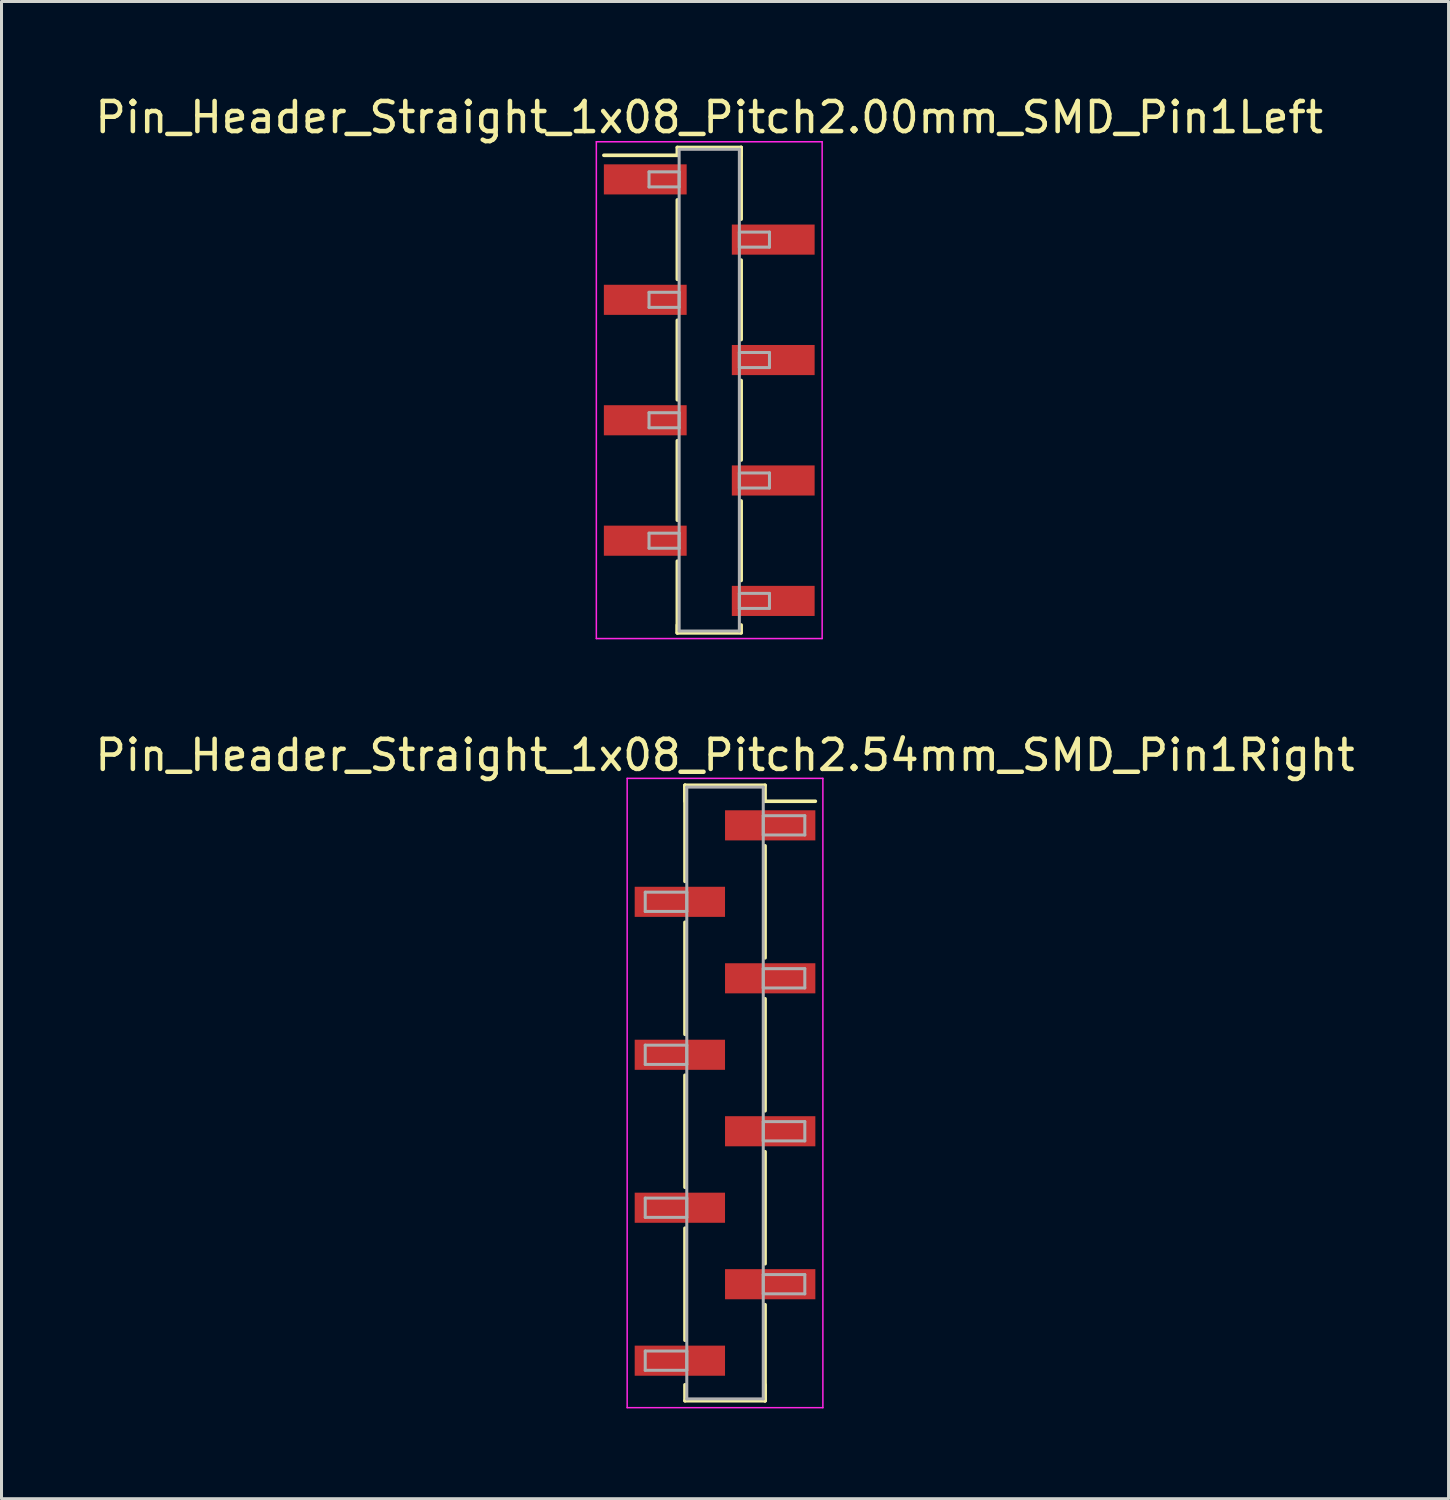
<source format=kicad_pcb>
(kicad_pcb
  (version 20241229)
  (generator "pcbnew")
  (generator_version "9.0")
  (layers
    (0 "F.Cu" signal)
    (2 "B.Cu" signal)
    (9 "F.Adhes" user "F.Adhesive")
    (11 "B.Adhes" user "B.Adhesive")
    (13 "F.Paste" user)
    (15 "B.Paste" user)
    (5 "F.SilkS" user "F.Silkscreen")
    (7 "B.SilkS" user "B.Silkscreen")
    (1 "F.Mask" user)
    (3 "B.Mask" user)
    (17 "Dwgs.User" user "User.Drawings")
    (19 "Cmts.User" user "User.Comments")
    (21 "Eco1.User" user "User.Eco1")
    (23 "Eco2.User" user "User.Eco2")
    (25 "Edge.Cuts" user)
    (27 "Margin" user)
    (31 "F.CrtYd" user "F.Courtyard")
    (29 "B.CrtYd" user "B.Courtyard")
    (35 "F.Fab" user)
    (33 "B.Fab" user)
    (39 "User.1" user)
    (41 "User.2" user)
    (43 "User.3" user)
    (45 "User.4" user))
  (footprint "Pin_Header_Straight_1x08_Pitch2.00mm_SMD_Pin1Left"
    (layer "F.Cu")
    (at 20.506 9.908)
    (property "Reference" "Pin_Header_Straight_1x08_Pitch2.00mm_SMD_Pin1Left" (at 0 -9.06 0) (layer "F.SilkS") (effects (font (size 1 1) (thickness 0.15))))
    (attr smd)
    (fp_line (start -1.06 -8.06) (end 1.06 -8.06) (stroke (width 0.12) (type solid)) (layer "F.SilkS"))
    (fp_line (start -1.06 -7.8) (end -3.5 -7.8) (stroke (width 0.12) (type solid)) (layer "F.SilkS"))
    (fp_line (start -1.06 -7.8) (end -1.06 -8.06) (stroke (width 0.12) (type solid)) (layer "F.SilkS"))
    (fp_line (start -1.06 -6.32) (end -1.06 -3.68) (stroke (width 0.12) (type solid)) (layer "F.SilkS"))
    (fp_line (start -1.06 -2.32) (end -1.06 0.32) (stroke (width 0.12) (type solid)) (layer "F.SilkS"))
    (fp_line (start -1.06 1.68) (end -1.06 4.32) (stroke (width 0.12) (type solid)) (layer "F.SilkS"))
    (fp_line (start -1.06 5.68) (end -1.06 8.06) (stroke (width 0.12) (type solid)) (layer "F.SilkS"))
    (fp_line (start -1.06 7.8) (end -1.06 8.06) (stroke (width 0.12) (type solid)) (layer "F.SilkS"))
    (fp_line (start -1.06 8.06) (end 1.06 8.06) (stroke (width 0.12) (type solid)) (layer "F.SilkS"))
    (fp_line (start 1.06 -8.06) (end 1.06 -7.8) (stroke (width 0.12) (type solid)) (layer "F.SilkS"))
    (fp_line (start 1.06 -8.06) (end 1.06 -5.68) (stroke (width 0.12) (type solid)) (layer "F.SilkS"))
    (fp_line (start 1.06 -4.32) (end 1.06 -1.68) (stroke (width 0.12) (type solid)) (layer "F.SilkS"))
    (fp_line (start 1.06 -0.32) (end 1.06 2.32) (stroke (width 0.12) (type solid)) (layer "F.SilkS"))
    (fp_line (start 1.06 3.68) (end 1.06 6.32) (stroke (width 0.12) (type solid)) (layer "F.SilkS"))
    (fp_line (start 1.06 8.06) (end 1.06 7.8) (stroke (width 0.12) (type solid)) (layer "F.SilkS"))
    (fp_line (start -3.75 -8.25) (end -3.75 8.25) (stroke (width 0.05) (type solid)) (layer "F.CrtYd"))
    (fp_line (start -3.75 8.25) (end 3.75 8.25) (stroke (width 0.05) (type solid)) (layer "F.CrtYd"))
    (fp_line (start 3.75 -8.25) (end -3.75 -8.25) (stroke (width 0.05) (type solid)) (layer "F.CrtYd"))
    (fp_line (start 3.75 8.25) (end 3.75 -8.25) (stroke (width 0.05) (type solid)) (layer "F.CrtYd"))
    (fp_line (start -2 -7.25) (end -1 -7.25) (stroke (width 0.1) (type solid)) (layer "F.Fab"))
    (fp_line (start -2 -6.75) (end -2 -7.25) (stroke (width 0.1) (type solid)) (layer "F.Fab"))
    (fp_line (start -2 -3.25) (end -1 -3.25) (stroke (width 0.1) (type solid)) (layer "F.Fab"))
    (fp_line (start -2 -2.75) (end -2 -3.25) (stroke (width 0.1) (type solid)) (layer "F.Fab"))
    (fp_line (start -2 0.75) (end -1 0.75) (stroke (width 0.1) (type solid)) (layer "F.Fab"))
    (fp_line (start -2 1.25) (end -2 0.75) (stroke (width 0.1) (type solid)) (layer "F.Fab"))
    (fp_line (start -2 4.75) (end -1 4.75) (stroke (width 0.1) (type solid)) (layer "F.Fab"))
    (fp_line (start -2 5.25) (end -2 4.75) (stroke (width 0.1) (type solid)) (layer "F.Fab"))
    (fp_line (start -1 -8) (end -1 8) (stroke (width 0.1) (type solid)) (layer "F.Fab"))
    (fp_line (start -1 -7.25) (end -1 -6.75) (stroke (width 0.1) (type solid)) (layer "F.Fab"))
    (fp_line (start -1 -6.75) (end -2 -6.75) (stroke (width 0.1) (type solid)) (layer "F.Fab"))
    (fp_line (start -1 -3.25) (end -1 -2.75) (stroke (width 0.1) (type solid)) (layer "F.Fab"))
    (fp_line (start -1 -2.75) (end -2 -2.75) (stroke (width 0.1) (type solid)) (layer "F.Fab"))
    (fp_line (start -1 0.75) (end -1 1.25) (stroke (width 0.1) (type solid)) (layer "F.Fab"))
    (fp_line (start -1 1.25) (end -2 1.25) (stroke (width 0.1) (type solid)) (layer "F.Fab"))
    (fp_line (start -1 4.75) (end -1 5.25) (stroke (width 0.1) (type solid)) (layer "F.Fab"))
    (fp_line (start -1 5.25) (end -2 5.25) (stroke (width 0.1) (type solid)) (layer "F.Fab"))
    (fp_line (start -1 8) (end 1 8) (stroke (width 0.1) (type solid)) (layer "F.Fab"))
    (fp_line (start 1 -8) (end -1 -8) (stroke (width 0.1) (type solid)) (layer "F.Fab"))
    (fp_line (start 1 -5.25) (end 1 -4.75) (stroke (width 0.1) (type solid)) (layer "F.Fab"))
    (fp_line (start 1 -4.75) (end 2 -4.75) (stroke (width 0.1) (type solid)) (layer "F.Fab"))
    (fp_line (start 1 -1.25) (end 1 -0.75) (stroke (width 0.1) (type solid)) (layer "F.Fab"))
    (fp_line (start 1 -0.75) (end 2 -0.75) (stroke (width 0.1) (type solid)) (layer "F.Fab"))
    (fp_line (start 1 2.75) (end 1 3.25) (stroke (width 0.1) (type solid)) (layer "F.Fab"))
    (fp_line (start 1 3.25) (end 2 3.25) (stroke (width 0.1) (type solid)) (layer "F.Fab"))
    (fp_line (start 1 6.75) (end 1 7.25) (stroke (width 0.1) (type solid)) (layer "F.Fab"))
    (fp_line (start 1 7.25) (end 2 7.25) (stroke (width 0.1) (type solid)) (layer "F.Fab"))
    (fp_line (start 1 8) (end 1 -8) (stroke (width 0.1) (type solid)) (layer "F.Fab"))
    (fp_line (start 2 -5.25) (end 1 -5.25) (stroke (width 0.1) (type solid)) (layer "F.Fab"))
    (fp_line (start 2 -4.75) (end 2 -5.25) (stroke (width 0.1) (type solid)) (layer "F.Fab"))
    (fp_line (start 2 -1.25) (end 1 -1.25) (stroke (width 0.1) (type solid)) (layer "F.Fab"))
    (fp_line (start 2 -0.75) (end 2 -1.25) (stroke (width 0.1) (type solid)) (layer "F.Fab"))
    (fp_line (start 2 2.75) (end 1 2.75) (stroke (width 0.1) (type solid)) (layer "F.Fab"))
    (fp_line (start 2 3.25) (end 2 2.75) (stroke (width 0.1) (type solid)) (layer "F.Fab"))
    (fp_line (start 2 6.75) (end 1 6.75) (stroke (width 0.1) (type solid)) (layer "F.Fab"))
    (fp_line (start 2 7.25) (end 2 6.75) (stroke (width 0.1) (type solid)) (layer "F.Fab"))
    (pad "1" smd rect (at -2.125 -7) (size 2.75 1) (layers "F.Cu" "F.Mask"))
    (pad "2" smd rect (at 2.125 -5) (size 2.75 1) (layers "F.Cu" "F.Mask"))
    (pad "3" smd rect (at -2.125 -3) (size 2.75 1) (layers "F.Cu" "F.Mask"))
    (pad "4" smd rect (at 2.125 -1) (size 2.75 1) (layers "F.Cu" "F.Mask"))
    (pad "5" smd rect (at -2.125 1) (size 2.75 1) (layers "F.Cu" "F.Mask"))
    (pad "6" smd rect (at 2.125 3) (size 2.75 1) (layers "F.Cu" "F.Mask"))
    (pad "7" smd rect (at -2.125 5) (size 2.75 1) (layers "F.Cu" "F.Mask"))
    (pad "8" smd rect (at 2.125 7) (size 2.75 1) (layers "F.Cu" "F.Mask")))
  (footprint "Pin_Header_Straight_1x08_Pitch2.54mm_SMD_Pin1Right"
    (layer "F.Cu")
    (at 21.03 33.252)
    (property "Reference" "Pin_Header_Straight_1x08_Pitch2.54mm_SMD_Pin1Right" (at 0 -11.22 0) (layer "F.SilkS") (effects (font (size 1 1) (thickness 0.15))))
    (attr smd)
    (fp_line (start -1.33 -10.22) (end -1.33 -7.03) (stroke (width 0.12) (type solid)) (layer "F.SilkS"))
    (fp_line (start -1.33 -10.22) (end 1.33 -10.22) (stroke (width 0.12) (type solid)) (layer "F.SilkS"))
    (fp_line (start -1.33 -9.69) (end -1.33 -10.22) (stroke (width 0.12) (type solid)) (layer "F.SilkS"))
    (fp_line (start -1.33 -5.67) (end -1.33 -1.95) (stroke (width 0.12) (type solid)) (layer "F.SilkS"))
    (fp_line (start -1.33 -0.59) (end -1.33 3.13) (stroke (width 0.12) (type solid)) (layer "F.SilkS"))
    (fp_line (start -1.33 4.49) (end -1.33 8.21) (stroke (width 0.12) (type solid)) (layer "F.SilkS"))
    (fp_line (start -1.33 9.69) (end -1.33 10.22) (stroke (width 0.12) (type solid)) (layer "F.SilkS"))
    (fp_line (start -1.33 10.22) (end 1.33 10.22) (stroke (width 0.12) (type solid)) (layer "F.SilkS"))
    (fp_line (start 1.33 -10.22) (end 1.33 -9.69) (stroke (width 0.12) (type solid)) (layer "F.SilkS"))
    (fp_line (start 1.33 -9.69) (end 3 -9.69) (stroke (width 0.12) (type solid)) (layer "F.SilkS"))
    (fp_line (start 1.33 -8.21) (end 1.33 -4.49) (stroke (width 0.12) (type solid)) (layer "F.SilkS"))
    (fp_line (start 1.33 -3.13) (end 1.33 0.59) (stroke (width 0.12) (type solid)) (layer "F.SilkS"))
    (fp_line (start 1.33 1.95) (end 1.33 5.67) (stroke (width 0.12) (type solid)) (layer "F.SilkS"))
    (fp_line (start 1.33 7.03) (end 1.33 10.22) (stroke (width 0.12) (type solid)) (layer "F.SilkS"))
    (fp_line (start 1.33 10.22) (end 1.33 9.69) (stroke (width 0.12) (type solid)) (layer "F.SilkS"))
    (fp_line (start -3.25 -10.45) (end -3.25 10.45) (stroke (width 0.05) (type solid)) (layer "F.CrtYd"))
    (fp_line (start -3.25 10.45) (end 3.25 10.45) (stroke (width 0.05) (type solid)) (layer "F.CrtYd"))
    (fp_line (start 3.25 -10.45) (end -3.25 -10.45) (stroke (width 0.05) (type solid)) (layer "F.CrtYd"))
    (fp_line (start 3.25 10.45) (end 3.25 -10.45) (stroke (width 0.05) (type solid)) (layer "F.CrtYd"))
    (fp_line (start -2.65 -6.67) (end -1.27 -6.67) (stroke (width 0.1) (type solid)) (layer "F.Fab"))
    (fp_line (start -2.65 -6.03) (end -2.65 -6.67) (stroke (width 0.1) (type solid)) (layer "F.Fab"))
    (fp_line (start -2.65 -1.59) (end -1.27 -1.59) (stroke (width 0.1) (type solid)) (layer "F.Fab"))
    (fp_line (start -2.65 -0.95) (end -2.65 -1.59) (stroke (width 0.1) (type solid)) (layer "F.Fab"))
    (fp_line (start -2.65 3.49) (end -1.27 3.49) (stroke (width 0.1) (type solid)) (layer "F.Fab"))
    (fp_line (start -2.65 4.13) (end -2.65 3.49) (stroke (width 0.1) (type solid)) (layer "F.Fab"))
    (fp_line (start -2.65 8.57) (end -1.27 8.57) (stroke (width 0.1) (type solid)) (layer "F.Fab"))
    (fp_line (start -2.65 9.21) (end -2.65 8.57) (stroke (width 0.1) (type solid)) (layer "F.Fab"))
    (fp_line (start -1.27 -10.16) (end -1.27 10.16) (stroke (width 0.1) (type solid)) (layer "F.Fab"))
    (fp_line (start -1.27 -6.67) (end -1.27 -6.03) (stroke (width 0.1) (type solid)) (layer "F.Fab"))
    (fp_line (start -1.27 -6.03) (end -2.65 -6.03) (stroke (width 0.1) (type solid)) (layer "F.Fab"))
    (fp_line (start -1.27 -1.59) (end -1.27 -0.95) (stroke (width 0.1) (type solid)) (layer "F.Fab"))
    (fp_line (start -1.27 -0.95) (end -2.65 -0.95) (stroke (width 0.1) (type solid)) (layer "F.Fab"))
    (fp_line (start -1.27 3.49) (end -1.27 4.13) (stroke (width 0.1) (type solid)) (layer "F.Fab"))
    (fp_line (start -1.27 4.13) (end -2.65 4.13) (stroke (width 0.1) (type solid)) (layer "F.Fab"))
    (fp_line (start -1.27 8.57) (end -1.27 9.21) (stroke (width 0.1) (type solid)) (layer "F.Fab"))
    (fp_line (start -1.27 9.21) (end -2.65 9.21) (stroke (width 0.1) (type solid)) (layer "F.Fab"))
    (fp_line (start -1.27 10.16) (end 1.27 10.16) (stroke (width 0.1) (type solid)) (layer "F.Fab"))
    (fp_line (start 1.27 -10.16) (end -1.27 -10.16) (stroke (width 0.1) (type solid)) (layer "F.Fab"))
    (fp_line (start 1.27 -9.21) (end 1.27 -8.57) (stroke (width 0.1) (type solid)) (layer "F.Fab"))
    (fp_line (start 1.27 -8.57) (end 2.65 -8.57) (stroke (width 0.1) (type solid)) (layer "F.Fab"))
    (fp_line (start 1.27 -4.13) (end 1.27 -3.49) (stroke (width 0.1) (type solid)) (layer "F.Fab"))
    (fp_line (start 1.27 -3.49) (end 2.65 -3.49) (stroke (width 0.1) (type solid)) (layer "F.Fab"))
    (fp_line (start 1.27 0.95) (end 1.27 1.59) (stroke (width 0.1) (type solid)) (layer "F.Fab"))
    (fp_line (start 1.27 1.59) (end 2.65 1.59) (stroke (width 0.1) (type solid)) (layer "F.Fab"))
    (fp_line (start 1.27 6.03) (end 1.27 6.67) (stroke (width 0.1) (type solid)) (layer "F.Fab"))
    (fp_line (start 1.27 6.67) (end 2.65 6.67) (stroke (width 0.1) (type solid)) (layer "F.Fab"))
    (fp_line (start 1.27 10.16) (end 1.27 -10.16) (stroke (width 0.1) (type solid)) (layer "F.Fab"))
    (fp_line (start 2.65 -9.21) (end 1.27 -9.21) (stroke (width 0.1) (type solid)) (layer "F.Fab"))
    (fp_line (start 2.65 -8.57) (end 2.65 -9.21) (stroke (width 0.1) (type solid)) (layer "F.Fab"))
    (fp_line (start 2.65 -4.13) (end 1.27 -4.13) (stroke (width 0.1) (type solid)) (layer "F.Fab"))
    (fp_line (start 2.65 -3.49) (end 2.65 -4.13) (stroke (width 0.1) (type solid)) (layer "F.Fab"))
    (fp_line (start 2.65 0.95) (end 1.27 0.95) (stroke (width 0.1) (type solid)) (layer "F.Fab"))
    (fp_line (start 2.65 1.59) (end 2.65 0.95) (stroke (width 0.1) (type solid)) (layer "F.Fab"))
    (fp_line (start 2.65 6.03) (end 1.27 6.03) (stroke (width 0.1) (type solid)) (layer "F.Fab"))
    (fp_line (start 2.65 6.67) (end 2.65 6.03) (stroke (width 0.1) (type solid)) (layer "F.Fab"))
    (pad "1" smd rect (at 1.5 -8.89) (size 3 1) (layers "F.Cu" "F.Mask"))
    (pad "2" smd rect (at -1.5 -6.35) (size 3 1) (layers "F.Cu" "F.Mask"))
    (pad "3" smd rect (at 1.5 -3.81) (size 3 1) (layers "F.Cu" "F.Mask"))
    (pad "4" smd rect (at -1.5 -1.27) (size 3 1) (layers "F.Cu" "F.Mask"))
    (pad "5" smd rect (at 1.5 1.27) (size 3 1) (layers "F.Cu" "F.Mask"))
    (pad "6" smd rect (at -1.5 3.81) (size 3 1) (layers "F.Cu" "F.Mask"))
    (pad "7" smd rect (at 1.5 6.35) (size 3 1) (layers "F.Cu" "F.Mask"))
    (pad "8" smd rect (at -1.5 8.89) (size 3 1) (layers "F.Cu" "F.Mask")))
  (gr_rect
    (start -3 -3)
    (end 45.06 46.727)
    (stroke (width 0.1) (type default))
    (fill no)
    (layer "Edge.Cuts")))
</source>
